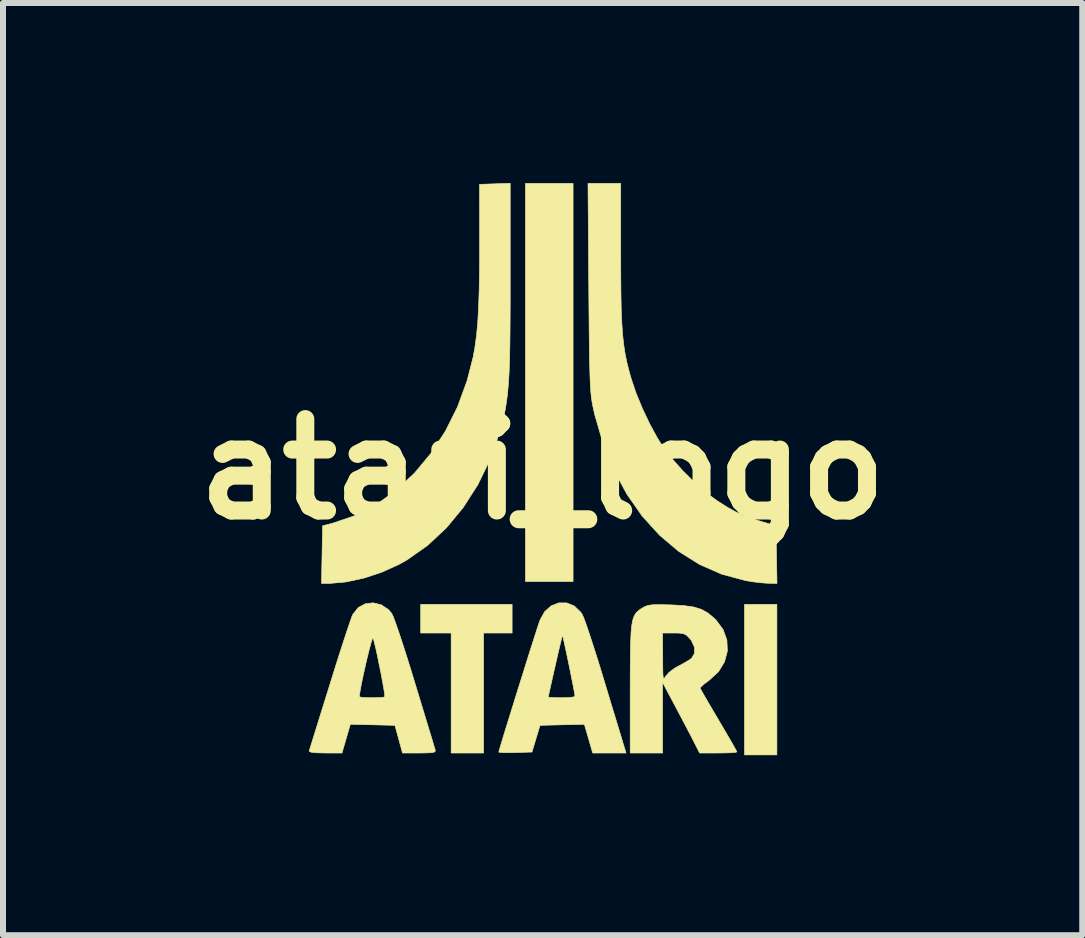
<source format=kicad_pcb>
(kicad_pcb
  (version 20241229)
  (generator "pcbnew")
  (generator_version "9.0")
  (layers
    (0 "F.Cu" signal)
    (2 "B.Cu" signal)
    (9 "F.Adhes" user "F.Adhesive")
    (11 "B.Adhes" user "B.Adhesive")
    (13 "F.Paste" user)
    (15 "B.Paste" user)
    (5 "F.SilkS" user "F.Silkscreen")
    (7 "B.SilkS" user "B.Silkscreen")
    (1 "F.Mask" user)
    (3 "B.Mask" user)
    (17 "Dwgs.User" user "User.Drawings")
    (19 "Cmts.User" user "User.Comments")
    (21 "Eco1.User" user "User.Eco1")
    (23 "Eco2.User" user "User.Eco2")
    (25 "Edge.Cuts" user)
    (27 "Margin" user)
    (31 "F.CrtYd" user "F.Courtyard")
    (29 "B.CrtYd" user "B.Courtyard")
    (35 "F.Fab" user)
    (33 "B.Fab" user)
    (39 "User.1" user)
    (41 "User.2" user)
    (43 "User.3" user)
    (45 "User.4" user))
  (footprint "atari_logo"
    (layer "F.Cu")
    (at 5.994 4.77)
    (property "Reference" "atari_logo" (at 0 0 0) (layer "F.SilkS") (effects (font (size 1.524 1.524) (thickness 0.3))))
    (attr through_hole)
    (fp_poly (pts (xy 0.508 1.873) (xy -0.286 1.873) (xy -0.286 -4.763) (xy 0.508 -4.763) (xy 0.508 1.873)) (stroke (width 0.01) (type solid)) (fill yes) (layer "F.SilkS"))
    (fp_poly (pts (xy 3.905 4.763) (xy 3.365 4.763) (xy 3.365 2.254) (xy 3.905 2.254) (xy 3.905 4.763)) (stroke (width 0.01) (type solid)) (fill yes) (layer "F.SilkS"))
    (fp_poly (pts (xy -0.508 2.731) (xy -0.984 2.731) (xy -0.984 4.731) (xy -1.524 4.731) (xy -1.524 2.731) (xy -2.032 2.731) (xy -2.032 2.254) (xy -0.508 2.254) (xy -0.508 2.731)) (stroke (width 0.01) (type solid)) (fill yes) (layer "F.SilkS"))
    (fp_poly (pts (xy -0.54 -3.157) (xy -0.54 -2.747) (xy -0.542 -2.395) (xy -0.545 -2.094) (xy -0.55 -1.836) (xy -0.558 -1.616) (xy -0.569 -1.428) (xy -0.584 -1.264) (xy -0.602 -1.119) (xy -0.624 -0.985) (xy -0.652 -0.857) (xy -0.684 -0.729) (xy -0.718 -0.609) (xy -0.875 -0.161) (xy -1.078 0.257) (xy -1.322 0.638) (xy -1.603 0.978) (xy -1.918 1.272) (xy -2.262 1.514) (xy -2.387 1.584) (xy -2.672 1.714) (xy -2.975 1.815) (xy -3.275 1.88) (xy -3.553 1.905) (xy -3.565 1.905) (xy -3.685 1.905) (xy -3.676 1.424) (xy -3.667 0.944) (xy -3.497 0.9) (xy -3.123 0.773) (xy -2.769 0.588) (xy -2.438 0.35) (xy -2.134 0.064) (xy -1.86 -0.265) (xy -1.62 -0.634) (xy -1.418 -1.038) (xy -1.259 -1.473) (xy -1.158 -1.866) (xy -1.127 -2.039) (xy -1.101 -2.23) (xy -1.081 -2.445) (xy -1.067 -2.694) (xy -1.057 -2.982) (xy -1.051 -3.318) (xy -1.05 -3.708) (xy -1.05 -3.778) (xy -1.051 -4.747) (xy -0.796 -4.756) (xy -0.54 -4.765) (xy -0.54 -3.157)) (stroke (width 0.01) (type solid)) (fill yes) (layer "F.SilkS"))
    (fp_poly (pts (xy 1.302 -3.58) (xy 1.303 -3.218) (xy 1.306 -2.911) (xy 1.311 -2.652) (xy 1.321 -2.432) (xy 1.334 -2.242) (xy 1.352 -2.076) (xy 1.375 -1.924) (xy 1.405 -1.779) (xy 1.442 -1.632) (xy 1.477 -1.508) (xy 1.556 -1.273) (xy 1.662 -1.015) (xy 1.784 -0.757) (xy 1.912 -0.522) (xy 2.002 -0.378) (xy 2.151 -0.182) (xy 2.335 0.025) (xy 2.537 0.225) (xy 2.74 0.402) (xy 2.904 0.523) (xy 3.077 0.633) (xy 3.224 0.715) (xy 3.371 0.78) (xy 3.541 0.84) (xy 3.651 0.874) (xy 3.889 0.945) (xy 3.898 1.425) (xy 3.907 1.905) (xy 3.755 1.902) (xy 3.642 1.894) (xy 3.501 1.877) (xy 3.381 1.857) (xy 2.987 1.751) (xy 2.615 1.588) (xy 2.268 1.37) (xy 1.949 1.1) (xy 1.661 0.783) (xy 1.406 0.419) (xy 1.187 0.013) (xy 1.007 -0.433) (xy 0.867 -0.915) (xy 0.853 -0.978) (xy 0.838 -1.048) (xy 0.825 -1.116) (xy 0.814 -1.189) (xy 0.805 -1.273) (xy 0.798 -1.373) (xy 0.792 -1.494) (xy 0.787 -1.644) (xy 0.783 -1.828) (xy 0.779 -2.052) (xy 0.776 -2.322) (xy 0.773 -2.643) (xy 0.77 -3.022) (xy 0.77 -3.024) (xy 0.757 -4.763) (xy 1.302 -4.763) (xy 1.302 -3.58)) (stroke (width 0.01) (type solid)) (fill yes) (layer "F.SilkS"))
    (fp_poly (pts (xy -2.691 2.26) (xy -2.57 2.34) (xy -2.515 2.405) (xy -2.491 2.455) (xy -2.452 2.559) (xy -2.4 2.708) (xy -2.338 2.895) (xy -2.268 3.112) (xy -2.193 3.352) (xy -2.131 3.556) (xy -2.055 3.806) (xy -1.984 4.039) (xy -1.921 4.246) (xy -1.868 4.421) (xy -1.827 4.556) (xy -1.801 4.644) (xy -1.791 4.675) (xy -1.789 4.702) (xy -1.809 4.718) (xy -1.864 4.727) (xy -1.964 4.73) (xy -2.054 4.731) (xy -2.335 4.731) (xy -2.398 4.501) (xy -2.461 4.27) (xy -2.833 4.261) (xy -3.205 4.253) (xy -3.274 4.492) (xy -3.344 4.731) (xy -3.623 4.731) (xy -3.764 4.728) (xy -3.849 4.72) (xy -3.887 4.706) (xy -3.89 4.691) (xy -3.877 4.652) (xy -3.848 4.56) (xy -3.805 4.422) (xy -3.75 4.244) (xy -3.685 4.035) (xy -3.612 3.801) (xy -3.605 3.78) (xy -3.054 3.78) (xy -3.053 3.794) (xy -3.015 3.803) (xy -2.935 3.808) (xy -2.835 3.81) (xy -2.736 3.808) (xy -2.661 3.803) (xy -2.631 3.795) (xy -2.632 3.761) (xy -2.644 3.677) (xy -2.665 3.558) (xy -2.691 3.416) (xy -2.722 3.265) (xy -2.752 3.116) (xy -2.781 2.985) (xy -2.806 2.882) (xy -2.823 2.822) (xy -2.828 2.813) (xy -2.841 2.836) (xy -2.864 2.911) (xy -2.895 3.028) (xy -2.932 3.178) (xy -2.957 3.287) (xy -2.994 3.455) (xy -3.024 3.6) (xy -3.044 3.712) (xy -3.054 3.78) (xy -3.605 3.78) (xy -3.545 3.586) (xy -3.466 3.333) (xy -3.391 3.095) (xy -3.322 2.882) (xy -3.262 2.699) (xy -3.213 2.555) (xy -3.179 2.458) (xy -3.162 2.419) (xy -3.074 2.308) (xy -2.956 2.244) (xy -2.824 2.228) (xy -2.691 2.26)) (stroke (width 0.01) (type solid)) (fill yes) (layer "F.SilkS"))
    (fp_poly (pts (xy 0.401 2.229) (xy 0.527 2.28) (xy 0.635 2.383) (xy 0.66 2.42) (xy 0.685 2.476) (xy 0.725 2.585) (xy 0.777 2.737) (xy 0.838 2.925) (xy 0.907 3.139) (xy 0.979 3.371) (xy 1.001 3.445) (xy 1.074 3.685) (xy 1.143 3.915) (xy 1.207 4.124) (xy 1.261 4.303) (xy 1.304 4.443) (xy 1.331 4.534) (xy 1.335 4.548) (xy 1.391 4.731) (xy 0.835 4.731) (xy 0.766 4.492) (xy 0.696 4.253) (xy 0.326 4.261) (xy -0.043 4.27) (xy -0.11 4.493) (xy -0.177 4.715) (xy -0.453 4.724) (xy -0.577 4.726) (xy -0.672 4.724) (xy -0.725 4.718) (xy -0.73 4.714) (xy -0.721 4.679) (xy -0.695 4.592) (xy -0.656 4.461) (xy -0.605 4.295) (xy -0.545 4.102) (xy -0.479 3.89) (xy -0.451 3.799) (xy 0.095 3.799) (xy 0.124 3.805) (xy 0.201 3.808) (xy 0.309 3.81) (xy 0.318 3.81) (xy 0.427 3.807) (xy 0.506 3.799) (xy 0.54 3.787) (xy 0.54 3.786) (xy 0.534 3.743) (xy 0.518 3.654) (xy 0.494 3.532) (xy 0.465 3.388) (xy 0.434 3.235) (xy 0.403 3.086) (xy 0.374 2.952) (xy 0.351 2.848) (xy 0.336 2.784) (xy 0.331 2.77) (xy 0.322 2.802) (xy 0.302 2.882) (xy 0.274 3) (xy 0.241 3.142) (xy 0.206 3.296) (xy 0.171 3.449) (xy 0.14 3.588) (xy 0.115 3.701) (xy 0.099 3.776) (xy 0.095 3.799) (xy -0.451 3.799) (xy -0.41 3.667) (xy -0.339 3.442) (xy -0.271 3.224) (xy -0.207 3.02) (xy -0.149 2.839) (xy -0.101 2.689) (xy -0.065 2.579) (xy -0.044 2.517) (xy -0.044 2.517) (xy 0.035 2.374) (xy 0.143 2.278) (xy 0.269 2.229) (xy 0.401 2.229)) (stroke (width 0.01) (type solid)) (fill yes) (layer "F.SilkS"))
    (fp_poly (pts (xy 2.09 2.261) (xy 2.143 2.262) (xy 2.354 2.274) (xy 2.517 2.297) (xy 2.645 2.336) (xy 2.755 2.397) (xy 2.859 2.484) (xy 2.89 2.514) (xy 3.009 2.674) (xy 3.072 2.85) (xy 3.08 3.032) (xy 3.033 3.21) (xy 2.933 3.375) (xy 2.781 3.515) (xy 2.777 3.518) (xy 2.695 3.579) (xy 2.64 3.628) (xy 2.626 3.651) (xy 2.644 3.685) (xy 2.689 3.764) (xy 2.756 3.88) (xy 2.84 4.023) (xy 2.936 4.185) (xy 2.936 4.186) (xy 3.031 4.347) (xy 3.114 4.489) (xy 3.18 4.604) (xy 3.223 4.681) (xy 3.238 4.713) (xy 3.239 4.713) (xy 3.209 4.721) (xy 3.13 4.727) (xy 3.014 4.73) (xy 2.928 4.731) (xy 2.617 4.731) (xy 2.516 4.532) (xy 2.462 4.427) (xy 2.387 4.284) (xy 2.301 4.121) (xy 2.214 3.957) (xy 2.207 3.944) (xy 2 3.554) (xy 2 4.731) (xy 1.46 4.731) (xy 1.46 3.666) (xy 1.461 3.354) (xy 1.463 3.099) (xy 1.467 2.895) (xy 1.474 2.734) (xy 1.474 2.731) (xy 2 2.731) (xy 2.002 3.135) (xy 2.003 3.3) (xy 2.005 3.409) (xy 2.01 3.47) (xy 2.02 3.491) (xy 2.034 3.48) (xy 2.05 3.453) (xy 2.107 3.388) (xy 2.2 3.318) (xy 2.263 3.283) (xy 2.365 3.228) (xy 2.449 3.177) (xy 2.484 3.151) (xy 2.532 3.07) (xy 2.531 2.967) (xy 2.481 2.858) (xy 2.458 2.828) (xy 2.405 2.772) (xy 2.35 2.743) (xy 2.272 2.732) (xy 2.188 2.731) (xy 2 2.731) (xy 1.474 2.731) (xy 1.485 2.611) (xy 1.502 2.518) (xy 1.525 2.45) (xy 1.555 2.4) (xy 1.593 2.362) (xy 1.639 2.328) (xy 1.657 2.317) (xy 1.708 2.288) (xy 1.763 2.27) (xy 1.836 2.26) (xy 1.94 2.258) (xy 2.09 2.261)) (stroke (width 0.01) (type solid)) (fill yes) (layer "F.SilkS")))
  (gr_rect
    (start -3 -3)
    (end 14.989 12.538)
    (stroke (width 0.1) (type default))
    (fill no)
    (layer "Edge.Cuts")))
</source>
